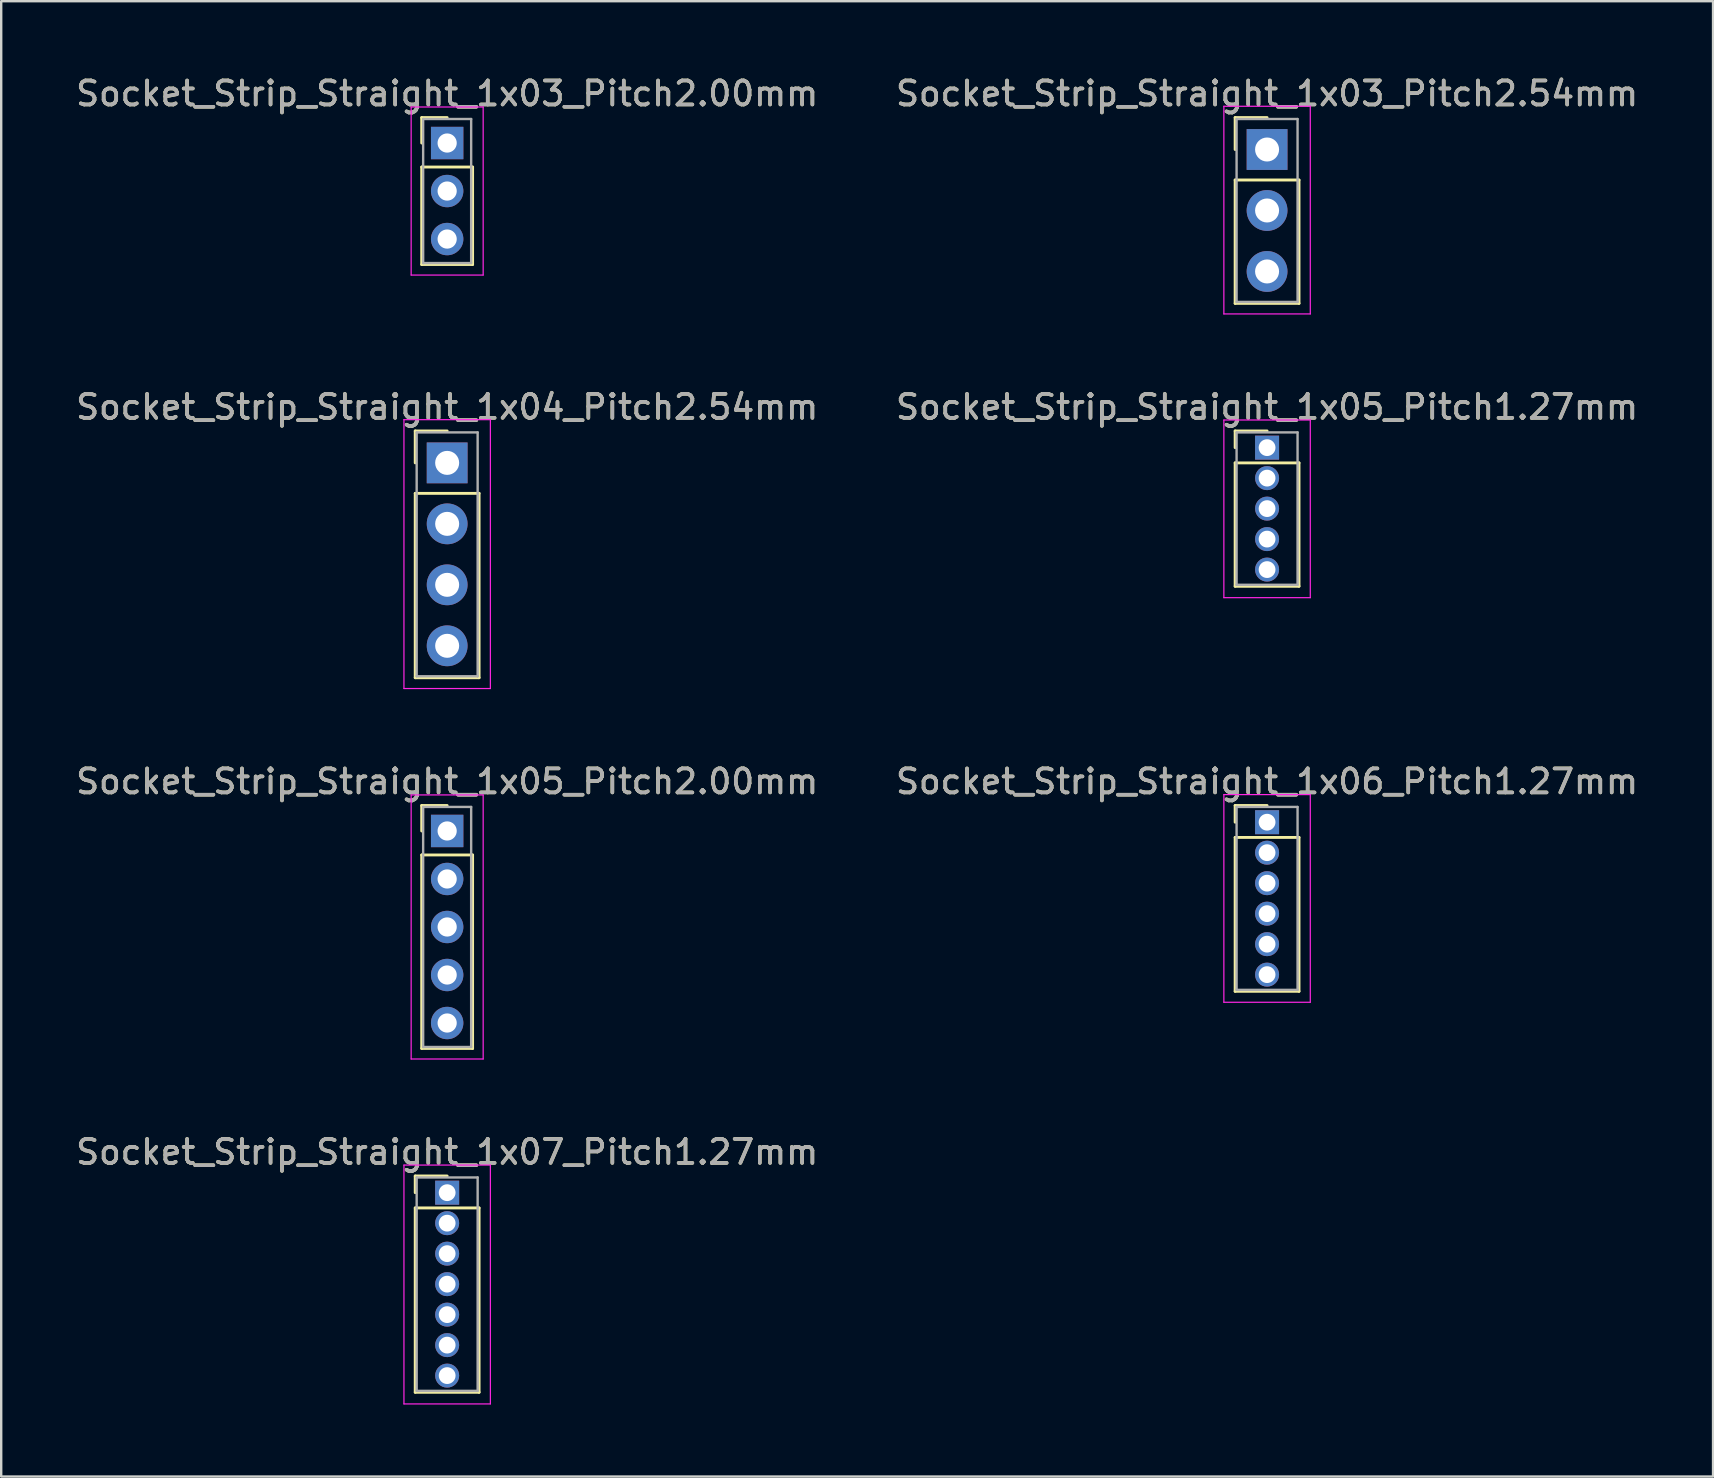
<source format=kicad_pcb>
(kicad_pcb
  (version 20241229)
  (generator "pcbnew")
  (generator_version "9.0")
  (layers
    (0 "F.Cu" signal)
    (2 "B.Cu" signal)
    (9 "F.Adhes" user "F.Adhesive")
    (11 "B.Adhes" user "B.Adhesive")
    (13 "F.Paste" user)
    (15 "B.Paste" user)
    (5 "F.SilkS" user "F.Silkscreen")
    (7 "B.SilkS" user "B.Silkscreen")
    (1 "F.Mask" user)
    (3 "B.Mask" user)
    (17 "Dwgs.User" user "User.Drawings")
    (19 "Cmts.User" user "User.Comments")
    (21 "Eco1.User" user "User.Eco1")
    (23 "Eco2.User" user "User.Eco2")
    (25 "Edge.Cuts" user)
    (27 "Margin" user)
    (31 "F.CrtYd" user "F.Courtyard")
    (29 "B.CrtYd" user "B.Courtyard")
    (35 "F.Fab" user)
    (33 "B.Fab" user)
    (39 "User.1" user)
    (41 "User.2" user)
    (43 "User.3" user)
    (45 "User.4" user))
  (footprint "Socket_Strip_Straight_1x03_Pitch2.54mm"
    (layer "F.Cu")
    (at 49.732 3.178)
    (property "Reference" "Socket_Strip_Straight_1x03_Pitch2.54mm" (at 0 -2.33 0) (layer "F.SilkS") (effects (font (size 1 1) (thickness 0.15))))
    (attr through_hole)
    (fp_line (start -1.33 -1.33) (end 0 -1.33) (stroke (width 0.12) (type solid)) (layer "F.SilkS"))
    (fp_line (start -1.33 0) (end -1.33 -1.33) (stroke (width 0.12) (type solid)) (layer "F.SilkS"))
    (fp_line (start -1.33 1.27) (end -1.33 6.41) (stroke (width 0.12) (type solid)) (layer "F.SilkS"))
    (fp_line (start -1.33 6.41) (end 1.33 6.41) (stroke (width 0.12) (type solid)) (layer "F.SilkS"))
    (fp_line (start 1.33 1.27) (end -1.33 1.27) (stroke (width 0.12) (type solid)) (layer "F.SilkS"))
    (fp_line (start 1.33 6.41) (end 1.33 1.27) (stroke (width 0.12) (type solid)) (layer "F.SilkS"))
    (fp_line (start -1.8 -1.8) (end -1.8 6.85) (stroke (width 0.05) (type solid)) (layer "F.CrtYd"))
    (fp_line (start -1.8 6.85) (end 1.8 6.85) (stroke (width 0.05) (type solid)) (layer "F.CrtYd"))
    (fp_line (start 1.8 -1.8) (end -1.8 -1.8) (stroke (width 0.05) (type solid)) (layer "F.CrtYd"))
    (fp_line (start 1.8 6.85) (end 1.8 -1.8) (stroke (width 0.05) (type solid)) (layer "F.CrtYd"))
    (fp_line (start -1.27 -1.27) (end -1.27 6.35) (stroke (width 0.1) (type solid)) (layer "F.Fab"))
    (fp_line (start -1.27 6.35) (end 1.27 6.35) (stroke (width 0.1) (type solid)) (layer "F.Fab"))
    (fp_line (start 1.27 -1.27) (end -1.27 -1.27) (stroke (width 0.1) (type solid)) (layer "F.Fab"))
    (fp_line (start 1.27 6.35) (end 1.27 -1.27) (stroke (width 0.1) (type solid)) (layer "F.Fab"))
    (fp_text user "${REFERENCE}" (at 0 -2.33 0) (layer "F.Fab") (effects (font (size 1 1) (thickness 0.15))))
    (pad "1" thru_hole rect (at 0 0) (size 1.7 1.7) (drill 1) (layers "*.Cu" "*.Mask"))
    (pad "2" thru_hole oval (at 0 2.54) (size 1.7 1.7) (drill 1) (layers "*.Cu" "*.Mask"))
    (pad "3" thru_hole oval (at 0 5.08) (size 1.7 1.7) (drill 1) (layers "*.Cu" "*.Mask")))
  (footprint "Socket_Strip_Straight_1x05_Pitch2.00mm"
    (layer "F.Cu")
    (at 15.577 31.565)
    (property "Reference" "Socket_Strip_Straight_1x05_Pitch2.00mm" (at 0 -2.06 0) (layer "F.SilkS") (effects (font (size 1 1) (thickness 0.15))))
    (attr through_hole)
    (fp_line (start -1.06 -1.06) (end 0 -1.06) (stroke (width 0.12) (type solid)) (layer "F.SilkS"))
    (fp_line (start -1.06 0) (end -1.06 -1.06) (stroke (width 0.12) (type solid)) (layer "F.SilkS"))
    (fp_line (start -1.06 1) (end -1.06 9.06) (stroke (width 0.12) (type solid)) (layer "F.SilkS"))
    (fp_line (start -1.06 9.06) (end 1.06 9.06) (stroke (width 0.12) (type solid)) (layer "F.SilkS"))
    (fp_line (start 1.06 1) (end -1.06 1) (stroke (width 0.12) (type solid)) (layer "F.SilkS"))
    (fp_line (start 1.06 9.06) (end 1.06 1) (stroke (width 0.12) (type solid)) (layer "F.SilkS"))
    (fp_line (start -1.5 -1.5) (end -1.5 9.5) (stroke (width 0.05) (type solid)) (layer "F.CrtYd"))
    (fp_line (start -1.5 9.5) (end 1.5 9.5) (stroke (width 0.05) (type solid)) (layer "F.CrtYd"))
    (fp_line (start 1.5 -1.5) (end -1.5 -1.5) (stroke (width 0.05) (type solid)) (layer "F.CrtYd"))
    (fp_line (start 1.5 9.5) (end 1.5 -1.5) (stroke (width 0.05) (type solid)) (layer "F.CrtYd"))
    (fp_line (start -1 -1) (end -1 9) (stroke (width 0.1) (type solid)) (layer "F.Fab"))
    (fp_line (start -1 9) (end 1 9) (stroke (width 0.1) (type solid)) (layer "F.Fab"))
    (fp_line (start 1 -1) (end -1 -1) (stroke (width 0.1) (type solid)) (layer "F.Fab"))
    (fp_line (start 1 9) (end 1 -1) (stroke (width 0.1) (type solid)) (layer "F.Fab"))
    (fp_text user "${REFERENCE}" (at 0 -2.06 0) (layer "F.Fab") (effects (font (size 1 1) (thickness 0.15))))
    (pad "1" thru_hole rect (at 0 0) (size 1.35 1.35) (drill 0.8) (layers "*.Cu" "*.Mask"))
    (pad "2" thru_hole oval (at 0 2) (size 1.35 1.35) (drill 0.8) (layers "*.Cu" "*.Mask"))
    (pad "3" thru_hole oval (at 0 4) (size 1.35 1.35) (drill 0.8) (layers "*.Cu" "*.Mask"))
    (pad "4" thru_hole oval (at 0 6) (size 1.35 1.35) (drill 0.8) (layers "*.Cu" "*.Mask"))
    (pad "5" thru_hole oval (at 0 8) (size 1.35 1.35) (drill 0.8) (layers "*.Cu" "*.Mask")))
  (footprint "Socket_Strip_Straight_1x06_Pitch1.27mm"
    (layer "F.Cu")
    (at 49.732 31.2)
    (property "Reference" "Socket_Strip_Straight_1x06_Pitch1.27mm" (at 0 -1.695 0) (layer "F.SilkS") (effects (font (size 1 1) (thickness 0.15))))
    (attr through_hole)
    (fp_line (start -1.33 -0.695) (end 0 -0.695) (stroke (width 0.12) (type solid)) (layer "F.SilkS"))
    (fp_line (start -1.33 0) (end -1.33 -0.695) (stroke (width 0.12) (type solid)) (layer "F.SilkS"))
    (fp_line (start -1.33 0.635) (end -1.33 7.045) (stroke (width 0.12) (type solid)) (layer "F.SilkS"))
    (fp_line (start -1.33 7.045) (end 1.33 7.045) (stroke (width 0.12) (type solid)) (layer "F.SilkS"))
    (fp_line (start 1.33 0.635) (end -1.33 0.635) (stroke (width 0.12) (type solid)) (layer "F.SilkS"))
    (fp_line (start 1.33 7.045) (end 1.33 0.635) (stroke (width 0.12) (type solid)) (layer "F.SilkS"))
    (fp_line (start -1.8 -1.15) (end -1.8 7.5) (stroke (width 0.05) (type solid)) (layer "F.CrtYd"))
    (fp_line (start -1.8 7.5) (end 1.8 7.5) (stroke (width 0.05) (type solid)) (layer "F.CrtYd"))
    (fp_line (start 1.8 -1.15) (end -1.8 -1.15) (stroke (width 0.05) (type solid)) (layer "F.CrtYd"))
    (fp_line (start 1.8 7.5) (end 1.8 -1.15) (stroke (width 0.05) (type solid)) (layer "F.CrtYd"))
    (fp_line (start -1.27 -0.635) (end -1.27 6.985) (stroke (width 0.1) (type solid)) (layer "F.Fab"))
    (fp_line (start -1.27 6.985) (end 1.27 6.985) (stroke (width 0.1) (type solid)) (layer "F.Fab"))
    (fp_line (start 1.27 -0.635) (end -1.27 -0.635) (stroke (width 0.1) (type solid)) (layer "F.Fab"))
    (fp_line (start 1.27 6.985) (end 1.27 -0.635) (stroke (width 0.1) (type solid)) (layer "F.Fab"))
    (fp_text user "${REFERENCE}" (at 0 -1.695 0) (layer "F.Fab") (effects (font (size 1 1) (thickness 0.15))))
    (pad "1" thru_hole rect (at 0 0) (size 1 1) (drill 0.7) (layers "*.Cu" "*.Mask"))
    (pad "2" thru_hole oval (at 0 1.27) (size 1 1) (drill 0.7) (layers "*.Cu" "*.Mask"))
    (pad "3" thru_hole oval (at 0 2.54) (size 1 1) (drill 0.7) (layers "*.Cu" "*.Mask"))
    (pad "4" thru_hole oval (at 0 3.81) (size 1 1) (drill 0.7) (layers "*.Cu" "*.Mask"))
    (pad "5" thru_hole oval (at 0 5.08) (size 1 1) (drill 0.7) (layers "*.Cu" "*.Mask"))
    (pad "6" thru_hole oval (at 0 6.35) (size 1 1) (drill 0.7) (layers "*.Cu" "*.Mask")))
  (footprint "Socket_Strip_Straight_1x03_Pitch2.00mm"
    (layer "F.Cu")
    (at 15.577 2.908)
    (property "Reference" "Socket_Strip_Straight_1x03_Pitch2.00mm" (at 0 -2.06 0) (layer "F.SilkS") (effects (font (size 1 1) (thickness 0.15))))
    (attr through_hole)
    (fp_line (start -1.06 -1.06) (end 0 -1.06) (stroke (width 0.12) (type solid)) (layer "F.SilkS"))
    (fp_line (start -1.06 0) (end -1.06 -1.06) (stroke (width 0.12) (type solid)) (layer "F.SilkS"))
    (fp_line (start -1.06 1) (end -1.06 5.06) (stroke (width 0.12) (type solid)) (layer "F.SilkS"))
    (fp_line (start -1.06 5.06) (end 1.06 5.06) (stroke (width 0.12) (type solid)) (layer "F.SilkS"))
    (fp_line (start 1.06 1) (end -1.06 1) (stroke (width 0.12) (type solid)) (layer "F.SilkS"))
    (fp_line (start 1.06 5.06) (end 1.06 1) (stroke (width 0.12) (type solid)) (layer "F.SilkS"))
    (fp_line (start -1.5 -1.5) (end -1.5 5.5) (stroke (width 0.05) (type solid)) (layer "F.CrtYd"))
    (fp_line (start -1.5 5.5) (end 1.5 5.5) (stroke (width 0.05) (type solid)) (layer "F.CrtYd"))
    (fp_line (start 1.5 -1.5) (end -1.5 -1.5) (stroke (width 0.05) (type solid)) (layer "F.CrtYd"))
    (fp_line (start 1.5 5.5) (end 1.5 -1.5) (stroke (width 0.05) (type solid)) (layer "F.CrtYd"))
    (fp_line (start -1 -1) (end -1 5) (stroke (width 0.1) (type solid)) (layer "F.Fab"))
    (fp_line (start -1 5) (end 1 5) (stroke (width 0.1) (type solid)) (layer "F.Fab"))
    (fp_line (start 1 -1) (end -1 -1) (stroke (width 0.1) (type solid)) (layer "F.Fab"))
    (fp_line (start 1 5) (end 1 -1) (stroke (width 0.1) (type solid)) (layer "F.Fab"))
    (fp_text user "${REFERENCE}" (at 0 -2.06 0) (layer "F.Fab") (effects (font (size 1 1) (thickness 0.15))))
    (pad "1" thru_hole rect (at 0 0) (size 1.35 1.35) (drill 0.8) (layers "*.Cu" "*.Mask"))
    (pad "2" thru_hole oval (at 0 2) (size 1.35 1.35) (drill 0.8) (layers "*.Cu" "*.Mask"))
    (pad "3" thru_hole oval (at 0 4) (size 1.35 1.35) (drill 0.8) (layers "*.Cu" "*.Mask")))
  (footprint "Socket_Strip_Straight_1x05_Pitch1.27mm"
    (layer "F.Cu")
    (at 49.732 15.597)
    (property "Reference" "Socket_Strip_Straight_1x05_Pitch1.27mm" (at 0 -1.695 0) (layer "F.SilkS") (effects (font (size 1 1) (thickness 0.15))))
    (attr through_hole)
    (fp_line (start -1.33 -0.695) (end 0 -0.695) (stroke (width 0.12) (type solid)) (layer "F.SilkS"))
    (fp_line (start -1.33 0) (end -1.33 -0.695) (stroke (width 0.12) (type solid)) (layer "F.SilkS"))
    (fp_line (start -1.33 0.635) (end -1.33 5.775) (stroke (width 0.12) (type solid)) (layer "F.SilkS"))
    (fp_line (start -1.33 5.775) (end 1.33 5.775) (stroke (width 0.12) (type solid)) (layer "F.SilkS"))
    (fp_line (start 1.33 0.635) (end -1.33 0.635) (stroke (width 0.12) (type solid)) (layer "F.SilkS"))
    (fp_line (start 1.33 5.775) (end 1.33 0.635) (stroke (width 0.12) (type solid)) (layer "F.SilkS"))
    (fp_line (start -1.8 -1.15) (end -1.8 6.25) (stroke (width 0.05) (type solid)) (layer "F.CrtYd"))
    (fp_line (start -1.8 6.25) (end 1.8 6.25) (stroke (width 0.05) (type solid)) (layer "F.CrtYd"))
    (fp_line (start 1.8 -1.15) (end -1.8 -1.15) (stroke (width 0.05) (type solid)) (layer "F.CrtYd"))
    (fp_line (start 1.8 6.25) (end 1.8 -1.15) (stroke (width 0.05) (type solid)) (layer "F.CrtYd"))
    (fp_line (start -1.27 -0.635) (end -1.27 5.715) (stroke (width 0.1) (type solid)) (layer "F.Fab"))
    (fp_line (start -1.27 5.715) (end 1.27 5.715) (stroke (width 0.1) (type solid)) (layer "F.Fab"))
    (fp_line (start 1.27 -0.635) (end -1.27 -0.635) (stroke (width 0.1) (type solid)) (layer "F.Fab"))
    (fp_line (start 1.27 5.715) (end 1.27 -0.635) (stroke (width 0.1) (type solid)) (layer "F.Fab"))
    (fp_text user "${REFERENCE}" (at 0 -1.695 0) (layer "F.Fab") (effects (font (size 1 1) (thickness 0.15))))
    (pad "1" thru_hole rect (at 0 0) (size 1 1) (drill 0.7) (layers "*.Cu" "*.Mask"))
    (pad "2" thru_hole oval (at 0 1.27) (size 1 1) (drill 0.7) (layers "*.Cu" "*.Mask"))
    (pad "3" thru_hole oval (at 0 2.54) (size 1 1) (drill 0.7) (layers "*.Cu" "*.Mask"))
    (pad "4" thru_hole oval (at 0 3.81) (size 1 1) (drill 0.7) (layers "*.Cu" "*.Mask"))
    (pad "5" thru_hole oval (at 0 5.08) (size 1 1) (drill 0.7) (layers "*.Cu" "*.Mask")))
  (footprint "Socket_Strip_Straight_1x04_Pitch2.54mm"
    (layer "F.Cu")
    (at 15.577 16.232)
    (property "Reference" "Socket_Strip_Straight_1x04_Pitch2.54mm" (at 0 -2.33 0) (layer "F.SilkS") (effects (font (size 1 1) (thickness 0.15))))
    (attr through_hole)
    (fp_line (start -1.33 -1.33) (end 0 -1.33) (stroke (width 0.12) (type solid)) (layer "F.SilkS"))
    (fp_line (start -1.33 0) (end -1.33 -1.33) (stroke (width 0.12) (type solid)) (layer "F.SilkS"))
    (fp_line (start -1.33 1.27) (end -1.33 8.95) (stroke (width 0.12) (type solid)) (layer "F.SilkS"))
    (fp_line (start -1.33 8.95) (end 1.33 8.95) (stroke (width 0.12) (type solid)) (layer "F.SilkS"))
    (fp_line (start 1.33 1.27) (end -1.33 1.27) (stroke (width 0.12) (type solid)) (layer "F.SilkS"))
    (fp_line (start 1.33 8.95) (end 1.33 1.27) (stroke (width 0.12) (type solid)) (layer "F.SilkS"))
    (fp_line (start -1.8 -1.8) (end -1.8 9.4) (stroke (width 0.05) (type solid)) (layer "F.CrtYd"))
    (fp_line (start -1.8 9.4) (end 1.8 9.4) (stroke (width 0.05) (type solid)) (layer "F.CrtYd"))
    (fp_line (start 1.8 -1.8) (end -1.8 -1.8) (stroke (width 0.05) (type solid)) (layer "F.CrtYd"))
    (fp_line (start 1.8 9.4) (end 1.8 -1.8) (stroke (width 0.05) (type solid)) (layer "F.CrtYd"))
    (fp_line (start -1.27 -1.27) (end -1.27 8.89) (stroke (width 0.1) (type solid)) (layer "F.Fab"))
    (fp_line (start -1.27 8.89) (end 1.27 8.89) (stroke (width 0.1) (type solid)) (layer "F.Fab"))
    (fp_line (start 1.27 -1.27) (end -1.27 -1.27) (stroke (width 0.1) (type solid)) (layer "F.Fab"))
    (fp_line (start 1.27 8.89) (end 1.27 -1.27) (stroke (width 0.1) (type solid)) (layer "F.Fab"))
    (fp_text user "${REFERENCE}" (at 0 -2.33 0) (layer "F.Fab") (effects (font (size 1 1) (thickness 0.15))))
    (pad "1" thru_hole rect (at 0 0) (size 1.7 1.7) (drill 1) (layers "*.Cu" "*.Mask"))
    (pad "2" thru_hole oval (at 0 2.54) (size 1.7 1.7) (drill 1) (layers "*.Cu" "*.Mask"))
    (pad "3" thru_hole oval (at 0 5.08) (size 1.7 1.7) (drill 1) (layers "*.Cu" "*.Mask"))
    (pad "4" thru_hole oval (at 0 7.62) (size 1.7 1.7) (drill 1) (layers "*.Cu" "*.Mask")))
  (footprint "Socket_Strip_Straight_1x07_Pitch1.27mm"
    (layer "F.Cu")
    (at 15.577 46.633)
    (property "Reference" "Socket_Strip_Straight_1x07_Pitch1.27mm" (at 0 -1.695 0) (layer "F.SilkS") (effects (font (size 1 1) (thickness 0.15))))
    (attr through_hole)
    (fp_line (start -1.33 -0.695) (end 0 -0.695) (stroke (width 0.12) (type solid)) (layer "F.SilkS"))
    (fp_line (start -1.33 0) (end -1.33 -0.695) (stroke (width 0.12) (type solid)) (layer "F.SilkS"))
    (fp_line (start -1.33 0.635) (end -1.33 8.315) (stroke (width 0.12) (type solid)) (layer "F.SilkS"))
    (fp_line (start -1.33 8.315) (end 1.33 8.315) (stroke (width 0.12) (type solid)) (layer "F.SilkS"))
    (fp_line (start 1.33 0.635) (end -1.33 0.635) (stroke (width 0.12) (type solid)) (layer "F.SilkS"))
    (fp_line (start 1.33 8.315) (end 1.33 0.635) (stroke (width 0.12) (type solid)) (layer "F.SilkS"))
    (fp_line (start -1.8 -1.15) (end -1.8 8.8) (stroke (width 0.05) (type solid)) (layer "F.CrtYd"))
    (fp_line (start -1.8 8.8) (end 1.8 8.8) (stroke (width 0.05) (type solid)) (layer "F.CrtYd"))
    (fp_line (start 1.8 -1.15) (end -1.8 -1.15) (stroke (width 0.05) (type solid)) (layer "F.CrtYd"))
    (fp_line (start 1.8 8.8) (end 1.8 -1.15) (stroke (width 0.05) (type solid)) (layer "F.CrtYd"))
    (fp_line (start -1.27 -0.635) (end -1.27 8.255) (stroke (width 0.1) (type solid)) (layer "F.Fab"))
    (fp_line (start -1.27 8.255) (end 1.27 8.255) (stroke (width 0.1) (type solid)) (layer "F.Fab"))
    (fp_line (start 1.27 -0.635) (end -1.27 -0.635) (stroke (width 0.1) (type solid)) (layer "F.Fab"))
    (fp_line (start 1.27 8.255) (end 1.27 -0.635) (stroke (width 0.1) (type solid)) (layer "F.Fab"))
    (fp_text user "${REFERENCE}" (at 0 -1.695 0) (layer "F.Fab") (effects (font (size 1 1) (thickness 0.15))))
    (pad "1" thru_hole rect (at 0 0) (size 1 1) (drill 0.7) (layers "*.Cu" "*.Mask"))
    (pad "2" thru_hole oval (at 0 1.27) (size 1 1) (drill 0.7) (layers "*.Cu" "*.Mask"))
    (pad "3" thru_hole oval (at 0 2.54) (size 1 1) (drill 0.7) (layers "*.Cu" "*.Mask"))
    (pad "4" thru_hole oval (at 0 3.81) (size 1 1) (drill 0.7) (layers "*.Cu" "*.Mask"))
    (pad "5" thru_hole oval (at 0 5.08) (size 1 1) (drill 0.7) (layers "*.Cu" "*.Mask"))
    (pad "6" thru_hole oval (at 0 6.35) (size 1 1) (drill 0.7) (layers "*.Cu" "*.Mask"))
    (pad "7" thru_hole oval (at 0 7.62) (size 1 1) (drill 0.7) (layers "*.Cu" "*.Mask")))
  (gr_rect
    (start -3 -3)
    (end 68.31 58.458)
    (stroke (width 0.1) (type default))
    (fill no)
    (layer "Edge.Cuts")))
</source>
